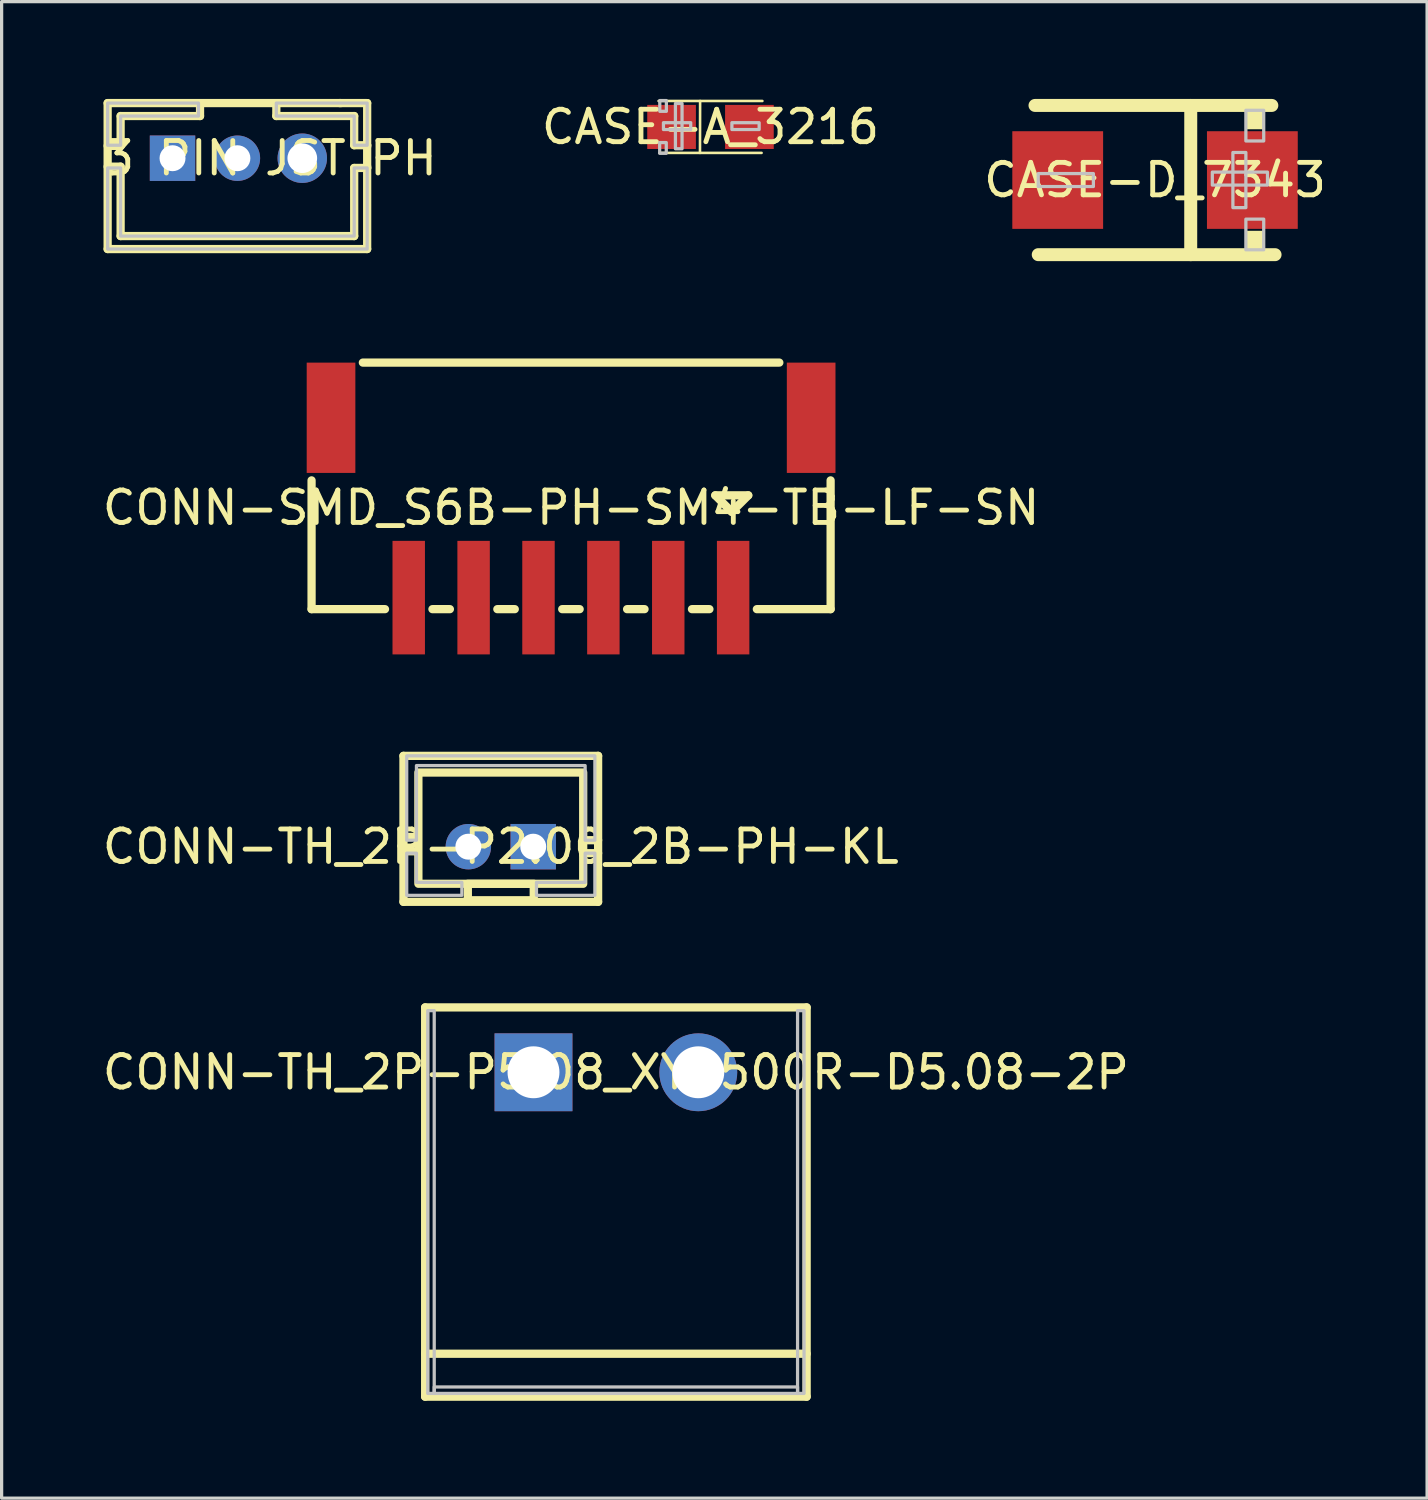
<source format=kicad_pcb>
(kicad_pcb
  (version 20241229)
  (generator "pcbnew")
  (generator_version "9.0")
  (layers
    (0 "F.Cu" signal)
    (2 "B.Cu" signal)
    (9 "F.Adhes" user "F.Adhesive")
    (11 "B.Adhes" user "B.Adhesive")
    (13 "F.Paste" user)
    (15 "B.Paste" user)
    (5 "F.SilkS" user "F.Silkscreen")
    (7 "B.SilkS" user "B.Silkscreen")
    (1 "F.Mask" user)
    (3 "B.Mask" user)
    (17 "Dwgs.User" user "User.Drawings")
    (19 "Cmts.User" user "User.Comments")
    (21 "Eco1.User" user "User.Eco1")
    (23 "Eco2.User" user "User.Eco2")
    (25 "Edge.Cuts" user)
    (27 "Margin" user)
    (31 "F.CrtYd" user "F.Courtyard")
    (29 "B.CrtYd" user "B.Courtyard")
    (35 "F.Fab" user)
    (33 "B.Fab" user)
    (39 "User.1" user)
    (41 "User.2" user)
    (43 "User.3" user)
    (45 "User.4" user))
  (footprint "CONN-TH_2P-P2.00_2B-PH-KL"
    (layer "F.Cu")
    (at 12.387 23.049)
    (property "Reference" "CONN-TH_2P-P2.00_2B-PH-KL" (at 0 0 0) (layer "F.SilkS") (effects (font (size 1 1) (thickness 0.15))))
    (fp_line (start -3 -2.8) (end -3 1.7) (stroke (width 0.254) (type default)) (layer "F.SilkS"))
    (fp_line (start -3 -0.3) (end -2.6 -0.3) (stroke (width 0.254) (type default)) (layer "F.SilkS"))
    (fp_line (start -3 0.142) (end -2.6 0.142) (stroke (width 0.254) (type default)) (layer "F.SilkS"))
    (fp_line (start 2.6 -0.2) (end 3 -0.2) (stroke (width 0.254) (type default)) (layer "F.SilkS"))
    (fp_line (start 2.6 0.2) (end 3 0.2) (stroke (width 0.254) (type default)) (layer "F.SilkS"))
    (fp_line (start 3 -2.8) (end -3 -2.8) (stroke (width 0.254) (type default)) (layer "F.SilkS"))
    (fp_line (start 3 -2.8) (end 3 1.7) (stroke (width 0.254) (type default)) (layer "F.SilkS"))
    (fp_line (start 3 1.7) (end -3 1.7) (stroke (width 0.254) (type default)) (layer "F.SilkS"))
    (fp_rect (start -2.54 -2.286) (end 2.54 1.143) (stroke (width 0.254) (type default)) (fill no) (layer "F.SilkS"))
    (fp_rect (start -1.016 1.143) (end 1.016 1.651) (stroke (width 0.254) (type default)) (fill no) (layer "F.SilkS"))
    (fp_poly (pts (xy -2.9 0.2) (xy -2.6 0.2) (xy -2.6 1.1) (xy -1.2 1.1) (xy -1.2 1.5) (xy -2.9 1.5) (xy -2.9 1.2)) (stroke (width 0.1) (type default)) (fill no) (layer "Dwgs.User"))
    (fp_poly (pts (xy 2.9 0.2) (xy 2.6 0.2) (xy 2.6 1.1) (xy 1.1 1.1) (xy 1.1 1.5) (xy 2.9 1.5) (xy 2.9 1.3)) (stroke (width 0.1) (type default)) (fill no) (layer "Dwgs.User"))
    (fp_poly (pts (xy -2.9 -2.8) (xy 2.9 -2.8) (xy 2.9 -0.2) (xy 2.6 -0.2) (xy 2.6 -2.5) (xy -2.6 -2.5) (xy -2.6 -0.2) (xy -2.9 -0.2) (xy -2.9 -0.6)) (stroke (width 0.1) (type default)) (fill no) (layer "Dwgs.User"))
    (fp_poly (pts (xy -1.25 -0.25) (xy -0.75 -0.25) (xy -0.75 0.25) (xy -1.25 0.25)) (stroke (width 0.1) (type default)) (fill no) (layer "User.1"))
    (fp_poly (pts (xy 0.75 -0.25) (xy 1.25 -0.25) (xy 1.25 0.25) (xy 0.75 0.25)) (stroke (width 0.1) (type default)) (fill no) (layer "User.1"))
    (fp_line (start -2.95 -2.809) (end 2.95 -2.809) (stroke (width 0.051) (type default)) (layer "User.2"))
    (fp_line (start -2.95 1.691) (end -2.95 -2.809) (stroke (width 0.051) (type default)) (layer "User.2"))
    (fp_line (start 2.95 -2.809) (end 2.95 1.691) (stroke (width 0.051) (type default)) (layer "User.2"))
    (fp_line (start 2.95 1.691) (end -2.95 1.691) (stroke (width 0.051) (type default)) (layer "User.2"))
    (fp_poly (pts (xy 3.01 -2.809) (xy 2.992 -2.851) (xy 2.95 -2.869) (xy 2.908 -2.851) (xy 2.89 -2.809) (xy 2.908 -2.767) (xy 2.95 -2.749) (xy 2.992 -2.767)) (stroke (width 0.1) (type default)) (fill no) (layer "User.3"))
    (pad "1" thru_hole rect (at 1 0) (size 1.4 1.4) (drill 0.8) (layers "*.Cu" "*.Mask"))
    (pad "2" thru_hole circle (at -1 0) (size 1.4 1.4) (drill 0.8) (layers "*.Cu" "*.Mask")))
  (footprint "CONN-TH_2P-P5.08_XY2500R-D5.08-2P"
    (layer "F.Cu")
    (at 15.935 30.003)
    (property "Reference" "CONN-TH_2P-P5.08_XY2500R-D5.08-2P" (at 0 0 0) (layer "F.SilkS") (effects (font (size 1 1) (thickness 0.15))))
    (fp_line (start -5.88 -2) (end -5.88 10) (stroke (width 0.254) (type default)) (layer "F.SilkS"))
    (fp_line (start -5.88 -2) (end 5.88 -2) (stroke (width 0.254) (type default)) (layer "F.SilkS"))
    (fp_line (start -5.88 8.676) (end 5.88 8.676) (stroke (width 0.254) (type default)) (layer "F.SilkS"))
    (fp_line (start -5.88 10) (end 5.88 10) (stroke (width 0.254) (type default)) (layer "F.SilkS"))
    (fp_line (start 5.88 -2) (end 5.88 10) (stroke (width 0.254) (type default)) (layer "F.SilkS"))
    (fp_poly (pts (xy -5.8 -1.9) (xy -5.8 9.9) (xy -5.6 9.9) (xy -5.6 -1.9)) (stroke (width 0.1) (type default)) (fill no) (layer "Dwgs.User"))
    (fp_poly (pts (xy -5.6 9.9) (xy 5.6 9.9) (xy 5.6 9.7) (xy -5.6 9.7)) (stroke (width 0.1) (type default)) (fill no) (layer "Dwgs.User"))
    (fp_poly (pts (xy 5.8 -1.9) (xy 5.8 9.9) (xy 5.6 9.9) (xy 5.6 -1.9)) (stroke (width 0.1) (type default)) (fill no) (layer "Dwgs.User"))
    (fp_poly (pts (xy -3.04 -0.5) (xy -2.04 -0.5) (xy -2.04 0.5) (xy -3.04 0.5)) (stroke (width 0.1) (type default)) (fill no) (layer "User.1"))
    (fp_poly (pts (xy 2.04 -0.5) (xy 3.04 -0.5) (xy 3.04 0.5) (xy 2.04 0.5)) (stroke (width 0.1) (type default)) (fill no) (layer "User.1"))
    (fp_line (start -5.83 -2) (end 5.83 -2) (stroke (width 0.051) (type default)) (layer "User.2"))
    (fp_line (start -5.83 10) (end -5.83 -2) (stroke (width 0.051) (type default)) (layer "User.2"))
    (fp_line (start 5.83 -2) (end 5.83 10) (stroke (width 0.051) (type default)) (layer "User.2"))
    (fp_line (start 5.83 10) (end -5.83 10) (stroke (width 0.051) (type default)) (layer "User.2"))
    (fp_poly (pts (xy -5.77 10) (xy -5.788 9.958) (xy -5.83 9.94) (xy -5.872 9.958) (xy -5.89 10) (xy -5.872 10.042) (xy -5.83 10.06) (xy -5.788 10.042)) (stroke (width 0.1) (type default)) (fill no) (layer "User.3"))
    (pad "1" thru_hole rect (at -2.54 0) (size 2.4 2.4) (drill 1.6) (layers "*.Cu" "*.Mask"))
    (pad "2" thru_hole circle (at 2.54 0) (size 2.4 2.4) (drill 1.6) (layers "*.Cu" "*.Mask")))
  (footprint "CASE-D_7343"
    (layer "F.Cu")
    (at 32.554 2.5)
    (property "Reference" "CASE-D_7343" (at 0 0 0) (layer "F.SilkS") (effects (font (size 1 1) (thickness 0.15))))
    (fp_line (start -3.7 -2.3) (end 3.6 -2.3) (stroke (width 0.4) (type default)) (layer "F.SilkS"))
    (fp_line (start 1.1 2.3) (end 1.101 -2.3) (stroke (width 0.4) (type default)) (layer "F.SilkS"))
    (fp_line (start 3.7 2.3) (end -3.6 2.3) (stroke (width 0.4) (type default)) (layer "F.SilkS"))
    (fp_poly (pts (xy 2.798 -2.3) (xy 2.798 -1.565) (xy 3.348 -1.565) (xy 3.348 -2.285) (xy 3.333 -2.3) (xy 3.178 -2.3)) (stroke (width 0) (type default)) (fill yes) (layer "F.SilkS"))
    (fp_poly (pts (xy 3.348 2.3) (xy 3.348 1.565) (xy 2.798 1.565) (xy 2.798 2.285) (xy 2.813 2.3) (xy 2.968 2.3)) (stroke (width 0) (type default)) (fill yes) (layer "F.SilkS"))
    (fp_poly (pts (xy -3.6 -0.2) (xy -1.9 -0.2) (xy -1.9 0.2) (xy -3.6 0.2)) (stroke (width 0.1) (type default)) (fill no) (layer "Dwgs.User"))
    (fp_poly (pts (xy 1.766 -0.245) (xy 3.466 -0.245) (xy 3.466 0.155) (xy 1.766 0.155)) (stroke (width 0.1) (type default)) (fill no) (layer "Dwgs.User"))
    (fp_poly (pts (xy 2.8 -2.15) (xy 2.8 -1.205) (xy 3.35 -1.205) (xy 3.35 -2.15)) (stroke (width 0.1) (type default)) (fill no) (layer "Dwgs.User"))
    (fp_poly (pts (xy 2.8 -0.85) (xy 2.8 0.85) (xy 2.4 0.85) (xy 2.4 -0.85)) (stroke (width 0.1) (type default)) (fill no) (layer "Dwgs.User"))
    (fp_poly (pts (xy 3.35 2.15) (xy 3.35 1.205) (xy 2.8 1.205) (xy 2.8 2.15)) (stroke (width 0.1) (type default)) (fill no) (layer "Dwgs.User"))
    (fp_poly (pts (xy -2.35 1.2) (xy -3.65 1.2) (xy -3.65 -1.2) (xy -2.35 -1.2)) (stroke (width 0.1) (type default)) (fill no) (layer "User.1"))
    (fp_poly (pts (xy 3.65 1.2) (xy 2.35 1.2) (xy 2.35 -1.2) (xy 3.65 -1.2)) (stroke (width 0.1) (type default)) (fill no) (layer "User.1"))
    (fp_line (start -3.35 -2.15) (end 3.35 -2.15) (stroke (width 0.051) (type default)) (layer "User.2"))
    (fp_line (start -3.35 2.15) (end -3.35 -2.15) (stroke (width 0.051) (type default)) (layer "User.2"))
    (fp_line (start 3.35 -2.15) (end 3.35 2.15) (stroke (width 0.051) (type default)) (layer "User.2"))
    (fp_line (start 3.35 2.15) (end -3.35 2.15) (stroke (width 0.051) (type default)) (layer "User.2"))
    (fp_poly (pts (xy 3.71 -2.15) (xy 3.692 -2.192) (xy 3.65 -2.21) (xy 3.608 -2.192) (xy 3.59 -2.15) (xy 3.608 -2.108) (xy 3.65 -2.09) (xy 3.692 -2.108)) (stroke (width 0.1) (type default)) (fill no) (layer "User.3"))
    (pad "1" smd rect (at 3 0 180) (size 2.799 3.01) (layers "F.Cu" "F.Mask" "F.Paste"))
    (pad "2" smd rect (at -3 0 180) (size 2.799 3.01) (layers "F.Cu" "F.Mask" "F.Paste")))
  (footprint "3 PIN JST PH"
    (layer "F.Cu")
    (at 5.268 1.827)
    (property "Reference" "3 PIN JST PH" (at 0 0 0) (layer "F.SilkS") (effects (font (size 1 1) (thickness 0.15))))
    (fp_line (start -5 -1.7) (end -5 2.8) (stroke (width 0.254) (type default)) (layer "F.SilkS"))
    (fp_line (start -5 -1.7) (end 3 -1.7) (stroke (width 0.254) (type default)) (layer "F.SilkS"))
    (fp_line (start -5 -0.38) (end -4.6 -0.38) (stroke (width 0.254) (type default)) (layer "F.SilkS"))
    (fp_line (start -5 0.26) (end -4.6 0.26) (stroke (width 0.254) (type default)) (layer "F.SilkS"))
    (fp_line (start -5 2.8) (end 3 2.8) (stroke (width 0.254) (type default)) (layer "F.SilkS"))
    (fp_line (start -4.6 -1.3) (end -2.152 -1.3) (stroke (width 0.254) (type default)) (layer "F.SilkS"))
    (fp_line (start -4.6 -0.38) (end -4.6 -1.3) (stroke (width 0.254) (type default)) (layer "F.SilkS"))
    (fp_line (start -4.6 0.26) (end -4.6 2.4) (stroke (width 0.254) (type default)) (layer "F.SilkS"))
    (fp_line (start -4.6 2.4) (end 2.6 2.4) (stroke (width 0.254) (type default)) (layer "F.SilkS"))
    (fp_line (start -2.152 -1.3) (end -2.152 -1.7) (stroke (width 0.254) (type default)) (layer "F.SilkS"))
    (fp_line (start 0.2 -1.7) (end 0.2 -1.3) (stroke (width 0.254) (type default)) (layer "F.SilkS"))
    (fp_line (start 0.2 -1.3) (end 2.6 -1.3) (stroke (width 0.254) (type default)) (layer "F.SilkS"))
    (fp_line (start 2.151 -1.7) (end 2.2 -1.7) (stroke (width 0.254) (type default)) (layer "F.SilkS"))
    (fp_line (start 2.6 -1.3) (end 2.6 -0.4) (stroke (width 0.254) (type default)) (layer "F.SilkS"))
    (fp_line (start 2.6 -0.4) (end 3 -0.4) (stroke (width 0.254) (type default)) (layer "F.SilkS"))
    (fp_line (start 2.6 0.3) (end 3 0.3) (stroke (width 0.254) (type default)) (layer "F.SilkS"))
    (fp_line (start 2.6 2.4) (end 2.6 0.3) (stroke (width 0.254) (type default)) (layer "F.SilkS"))
    (fp_line (start 3 -1.7) (end 3 2.8) (stroke (width 0.254) (type default)) (layer "F.SilkS"))
    (fp_line (start 3 -0.4) (end 3 -0.364) (stroke (width 0.254) (type default)) (layer "F.SilkS"))
    (fp_line (start 3 0.3) (end 3 0.26) (stroke (width 0.254) (type default)) (layer "F.SilkS"))
    (fp_poly (pts (xy -5 -1.7) (xy -2.2 -1.7) (xy -2.2 -1.3) (xy -4.6 -1.3) (xy -4.6 -0.6) (xy -4.6 -0.4) (xy -5 -0.4)) (stroke (width 0.1) (type default)) (fill no) (layer "Dwgs.User"))
    (fp_poly (pts (xy 0.2 -1.7) (xy 3 -1.7) (xy 3 -0.4) (xy 2.6 -0.4) (xy 2.6 -1.3) (xy 0.2 -1.3) (xy 0.2 -1.4)) (stroke (width 0.1) (type default)) (fill no) (layer "Dwgs.User"))
    (fp_poly (pts (xy 3 0.3) (xy 2.6 0.3) (xy 2.6 2.4) (xy -4.6 2.4) (xy -4.6 0.3) (xy -5 0.3) (xy -5 2.8) (xy 3 2.8)) (stroke (width 0.1) (type default)) (fill no) (layer "Dwgs.User"))
    (fp_poly (pts (xy -3.25 -0.25) (xy -2.75 -0.25) (xy -2.75 0.25) (xy -3.25 0.25)) (stroke (width 0.1) (type default)) (fill no) (layer "User.1"))
    (fp_poly (pts (xy -1.25 -0.25) (xy -0.75 -0.25) (xy -0.75 0.25) (xy -1.25 0.25)) (stroke (width 0.1) (type default)) (fill no) (layer "User.1"))
    (fp_poly (pts (xy 0.75 -0.25) (xy 1.25 -0.25) (xy 1.25 0.25) (xy 0.75 0.25)) (stroke (width 0.1) (type default)) (fill no) (layer "User.1"))
    (fp_line (start -4.95 -1.691) (end 2.95 -1.691) (stroke (width 0.051) (type default)) (layer "User.2"))
    (fp_line (start -4.95 2.809) (end -4.95 -1.691) (stroke (width 0.051) (type default)) (layer "User.2"))
    (fp_line (start 2.95 -1.691) (end 2.95 2.809) (stroke (width 0.051) (type default)) (layer "User.2"))
    (fp_line (start 2.95 2.809) (end -4.95 2.809) (stroke (width 0.051) (type default)) (layer "User.2"))
    (fp_poly (pts (xy -4.89 2.808) (xy -4.908 2.766) (xy -4.95 2.748) (xy -4.992 2.766) (xy -5.01 2.808) (xy -4.992 2.851) (xy -4.95 2.869) (xy -4.908 2.851)) (stroke (width 0.1) (type default)) (fill no) (layer "User.3"))
    (pad "1" thru_hole rect (at -3 0) (size 1.4 1.4) (drill 0.8) (layers "*.Cu" "*.Mask"))
    (pad "2" thru_hole circle (at -1 0) (size 1.4 1.4) (drill 0.8) (layers "*.Cu" "*.Mask"))
    (pad "3" thru_hole circle (at 1 0) (size 1.524 1.524) (drill 0.914) (layers "*.Cu" "*.Mask")))
  (footprint "CASE-A_3216"
    (layer "F.Cu")
    (at 18.851 0.863)
    (property "Reference" "CASE-A_3216" (at 0 0 0) (layer "F.SilkS") (effects (font (size 1 1) (thickness 0.15))))
    (fp_line (start -1.6 -0.8) (end 1.6 -0.8) (stroke (width 0.08) (type default)) (layer "F.SilkS"))
    (fp_line (start -1.575 0.8) (end 1.575 0.8) (stroke (width 0.08) (type default)) (layer "F.SilkS"))
    (fp_line (start -0.324 0.8) (end -0.32 -0.8) (stroke (width 0.08) (type default)) (layer "F.SilkS"))
    (fp_poly (pts (xy -1.563 -0.813) (xy -1.36 -0.813) (xy -1.36 -0.482) (xy -1.563 -0.482)) (stroke (width 0.1) (type default)) (fill no) (layer "Dwgs.User"))
    (fp_poly (pts (xy -1.363 0.813) (xy -1.567 0.813) (xy -1.567 0.482) (xy -1.363 0.482)) (stroke (width 0.1) (type default)) (fill no) (layer "Dwgs.User"))
    (fp_poly (pts (xy -1.081 -0.724) (xy -0.877 -0.724) (xy -0.877 0.673) (xy -1.081 0.673)) (stroke (width 0.1) (type default)) (fill no) (layer "Dwgs.User"))
    (fp_poly (pts (xy -0.61 -0.131) (xy -0.61 0.08) (xy -1.45 0.08) (xy -1.45 -0.131)) (stroke (width 0.1) (type default)) (fill no) (layer "Dwgs.User"))
    (fp_poly (pts (xy 1.5 -0.131) (xy 1.5 0.08) (xy 0.66 0.08) (xy 0.66 -0.131)) (stroke (width 0.1) (type default)) (fill no) (layer "Dwgs.User"))
    (fp_poly (pts (xy -0.8 -0.625) (xy -0.8 0.575) (xy -1.6 0.575) (xy -1.6 -0.625)) (stroke (width 0.1) (type default)) (fill no) (layer "User.1"))
    (fp_poly (pts (xy 1.6 -0.625) (xy 1.6 0.575) (xy 0.8 0.575) (xy 0.8 -0.625)) (stroke (width 0.1) (type default)) (fill no) (layer "User.1"))
    (fp_line (start -1.6 -0.8) (end 1.6 -0.8) (stroke (width 0.051) (type default)) (layer "User.2"))
    (fp_line (start -1.6 0.8) (end -1.6 -0.8) (stroke (width 0.051) (type default)) (layer "User.2"))
    (fp_line (start 1.6 -0.8) (end 1.6 0.8) (stroke (width 0.051) (type default)) (layer "User.2"))
    (fp_line (start 1.6 0.8) (end -1.6 0.8) (stroke (width 0.051) (type default)) (layer "User.2"))
    (fp_poly (pts (xy -1.54 0.8) (xy -1.558 0.758) (xy -1.6 0.74) (xy -1.642 0.758) (xy -1.66 0.8) (xy -1.642 0.842) (xy -1.6 0.86) (xy -1.558 0.842)) (stroke (width 0.1) (type default)) (fill no) (layer "User.3"))
    (pad "1" smd rect (at -1.2 0) (size 1.5 1.359) (layers "F.Cu" "F.Mask" "F.Paste"))
    (pad "2" smd rect (at 1.2 0) (size 1.5 1.359) (layers "F.Cu" "F.Mask" "F.Paste")))
  (footprint "CONN-SMD_S6B-PH-SM4-TB-LF-SN"
    (layer "F.Cu")
    (at 14.554 12.6)
    (property "Reference" "CONN-SMD_S6B-PH-SM4-TB-LF-SN" (at 0 0 0) (layer "F.SilkS") (effects (font (size 1 1) (thickness 0.15))))
    (fp_line (start -8 3.127) (end -8 -0.842) (stroke (width 0.254) (type default)) (layer "F.SilkS"))
    (fp_line (start -8 3.127) (end -5.736 3.127) (stroke (width 0.254) (type default)) (layer "F.SilkS"))
    (fp_line (start -6.419 -4.473) (end 6.419 -4.473) (stroke (width 0.254) (type default)) (layer "F.SilkS"))
    (fp_line (start -4.274 3.127) (end -3.736 3.127) (stroke (width 0.254) (type default)) (layer "F.SilkS"))
    (fp_line (start -2.274 3.127) (end -1.736 3.127) (stroke (width 0.254) (type default)) (layer "F.SilkS"))
    (fp_line (start -0.274 3.127) (end 0.264 3.127) (stroke (width 0.254) (type default)) (layer "F.SilkS"))
    (fp_line (start 1.726 3.127) (end 2.264 3.127) (stroke (width 0.254) (type default)) (layer "F.SilkS"))
    (fp_line (start 3.726 3.127) (end 4.264 3.127) (stroke (width 0.254) (type default)) (layer "F.SilkS"))
    (fp_line (start 4.445 -0.381) (end 5.461 -0.381) (stroke (width 0.254) (type default)) (layer "F.SilkS"))
    (fp_line (start 4.953 0.127) (end 4.445 -0.381) (stroke (width 0.254) (type default)) (layer "F.SilkS"))
    (fp_line (start 5.461 -0.381) (end 4.953 0.127) (stroke (width 0.254) (type default)) (layer "F.SilkS"))
    (fp_line (start 5.726 3.127) (end 8 3.127) (stroke (width 0.254) (type default)) (layer "F.SilkS"))
    (fp_line (start 8 3.127) (end 8 -0.842) (stroke (width 0.254) (type default)) (layer "F.SilkS"))
    (fp_poly (pts (xy -4.805 4.072) (xy -5.205 4.072) (xy -5.205 1.472) (xy -4.805 1.472)) (stroke (width 0.1) (type default)) (fill no) (layer "User.1"))
    (fp_poly (pts (xy -2.805 4.072) (xy -3.205 4.072) (xy -3.205 1.472) (xy -2.805 1.472)) (stroke (width 0.1) (type default)) (fill no) (layer "User.1"))
    (fp_poly (pts (xy -0.805 4.072) (xy -1.205 4.072) (xy -1.205 1.472) (xy -0.805 1.472)) (stroke (width 0.1) (type default)) (fill no) (layer "User.1"))
    (fp_poly (pts (xy 1.195 4.072) (xy 0.795 4.072) (xy 0.795 1.472) (xy 1.195 1.472)) (stroke (width 0.1) (type default)) (fill no) (layer "User.1"))
    (fp_poly (pts (xy 3.195 4.072) (xy 2.795 4.072) (xy 2.795 1.472) (xy 3.195 1.472)) (stroke (width 0.1) (type default)) (fill no) (layer "User.1"))
    (fp_poly (pts (xy 5.195 4.072) (xy 4.795 4.072) (xy 4.795 1.472) (xy 5.195 1.472)) (stroke (width 0.1) (type default)) (fill no) (layer "User.1"))
    (fp_poly (pts (xy -7.11 -4.11) (xy -7.77 -4.11) (xy -7.77 -1.35) (xy -7.77 -1.29) (xy -7.71 -1.29) (xy -7.11 -1.29)) (stroke (width 0.1) (type default)) (fill no) (layer "User.1"))
    (fp_poly (pts (xy 7.77 -4.11) (xy 7.11 -4.11) (xy 7.11 -1.35) (xy 7.11 -1.29) (xy 7.17 -1.29) (xy 7.77 -1.29)) (stroke (width 0.1) (type default)) (fill no) (layer "User.1"))
    (fp_line (start -7.98 -4.26) (end 7.98 -4.26) (stroke (width 0.051) (type default)) (layer "User.2"))
    (fp_line (start -7.98 -1.68) (end -7.98 -4.26) (stroke (width 0.051) (type default)) (layer "User.2"))
    (fp_line (start -7.98 3.42) (end -7.98 -1.68) (stroke (width 0.051) (type default)) (layer "User.2"))
    (fp_line (start -7.32 3.42) (end -7.98 3.42) (stroke (width 0.051) (type default)) (layer "User.2"))
    (fp_line (start -7.26 1.8) (end -7.26 3.36) (stroke (width 0.051) (type default)) (layer "User.2"))
    (fp_line (start -7.26 3.36) (end -7.26 3.42) (stroke (width 0.051) (type default)) (layer "User.2"))
    (fp_line (start -7.26 3.42) (end -7.32 3.42) (stroke (width 0.051) (type default)) (layer "User.2"))
    (fp_line (start 7.26 1.8) (end -7.26 1.8) (stroke (width 0.051) (type default)) (layer "User.2"))
    (fp_line (start 7.26 3.42) (end 7.26 1.8) (stroke (width 0.051) (type default)) (layer "User.2"))
    (fp_line (start 7.98 -4.26) (end 7.98 3.42) (stroke (width 0.051) (type default)) (layer "User.2"))
    (fp_line (start 7.98 3.42) (end 7.26 3.42) (stroke (width 0.051) (type default)) (layer "User.2"))
    (fp_poly (pts (xy 8.04 4.072) (xy 8.022 4.03) (xy 7.98 4.013) (xy 7.938 4.03) (xy 7.92 4.072) (xy 7.938 4.115) (xy 7.98 4.133) (xy 8.022 4.115)) (stroke (width 0.1) (type default)) (fill no) (layer "User.3"))
    (pad "1" smd rect (at 4.995 2.772 180) (size 1 3.5) (layers "F.Cu" "F.Mask" "F.Paste"))
    (pad "2" smd rect (at 2.995 2.772 180) (size 1 3.5) (layers "F.Cu" "F.Mask" "F.Paste"))
    (pad "3" smd rect (at 0.995 2.772 180) (size 1 3.5) (layers "F.Cu" "F.Mask" "F.Paste"))
    (pad "4" smd rect (at -1.005 2.772 180) (size 1 3.5) (layers "F.Cu" "F.Mask" "F.Paste"))
    (pad "5" smd rect (at -3.005 2.772 180) (size 1 3.5) (layers "F.Cu" "F.Mask" "F.Paste"))
    (pad "6" smd rect (at -5.005 2.772 180) (size 1 3.5) (layers "F.Cu" "F.Mask" "F.Paste"))
    (pad "7" smd rect (at -7.4 -2.772) (size 1.5 3.4) (layers "F.Cu" "F.Mask" "F.Paste"))
    (pad "8" smd rect (at 7.4 -2.772) (size 1.5 3.4) (layers "F.Cu" "F.Mask" "F.Paste")))
  (gr_rect
    (start -3 -3)
    (end 40.94 43.13)
    (stroke (width 0.1) (type default))
    (fill no)
    (layer "Edge.Cuts")))
</source>
